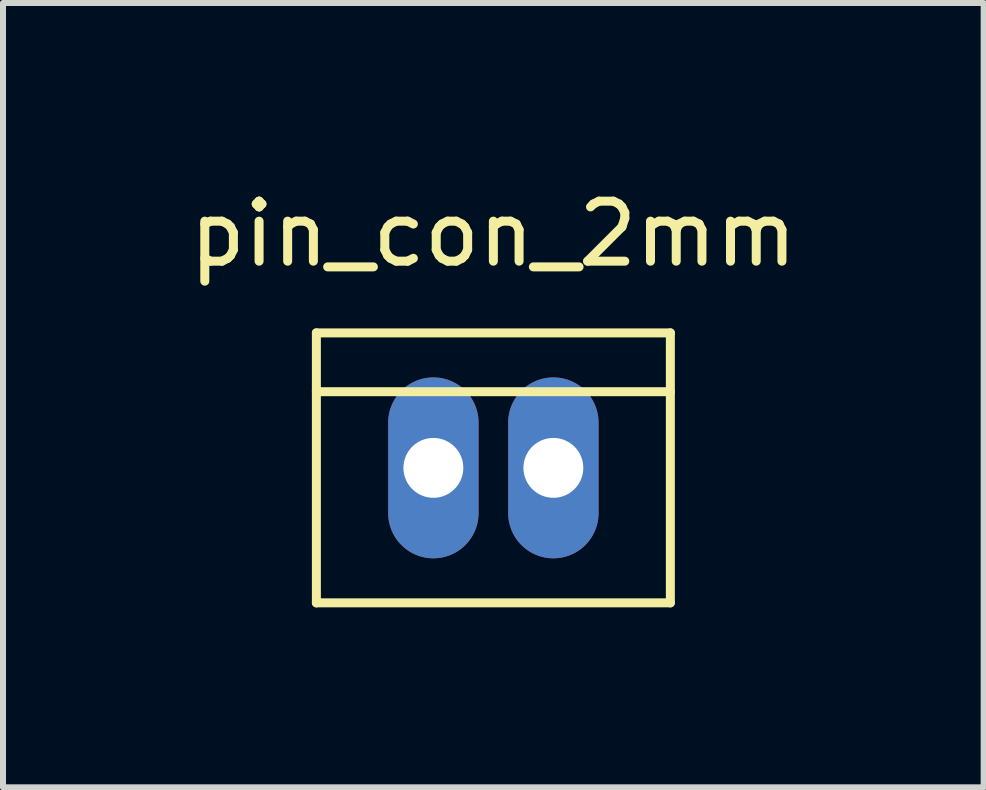
<source format=kicad_pcb>
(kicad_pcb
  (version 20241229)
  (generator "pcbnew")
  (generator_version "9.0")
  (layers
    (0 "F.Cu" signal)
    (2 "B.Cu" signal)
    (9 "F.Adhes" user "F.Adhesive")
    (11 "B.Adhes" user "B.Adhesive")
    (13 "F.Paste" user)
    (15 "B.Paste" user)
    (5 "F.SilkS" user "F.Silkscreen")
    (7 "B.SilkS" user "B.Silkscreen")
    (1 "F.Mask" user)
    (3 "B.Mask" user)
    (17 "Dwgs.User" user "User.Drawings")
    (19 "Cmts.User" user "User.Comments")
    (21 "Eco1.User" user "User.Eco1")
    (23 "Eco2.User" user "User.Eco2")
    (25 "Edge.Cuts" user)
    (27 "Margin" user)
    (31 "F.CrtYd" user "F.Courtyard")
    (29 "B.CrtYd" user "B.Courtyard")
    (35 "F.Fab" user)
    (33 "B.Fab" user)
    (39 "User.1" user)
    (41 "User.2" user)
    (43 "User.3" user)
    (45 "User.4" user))
  (footprint "pin_con_2mm"
    (layer "F.Cu")
    (at 5.173 4.748)
    (property "Reference" "pin_con_2mm" (at 0 -3.9 0) (layer "F.SilkS") (effects (font (size 1 1) (thickness 0.15))))
    (attr exclude_from_pos_files exclude_from_bom)
    (fp_line (start -2.95 -2.25) (end -2.95 2.25) (stroke (width 0.15) (type solid)) (layer "F.SilkS"))
    (fp_line (start -2.95 -2.25) (end 2.95 -2.25) (stroke (width 0.15) (type solid)) (layer "F.SilkS"))
    (fp_line (start 2.95 -2.25) (end 2.95 2.25) (stroke (width 0.15) (type solid)) (layer "F.SilkS"))
    (fp_line (start 2.95 -1.27) (end -2.95 -1.27) (stroke (width 0.15) (type solid)) (layer "F.SilkS"))
    (fp_line (start 2.95 2.25) (end -2.95 2.25) (stroke (width 0.15) (type solid)) (layer "F.SilkS"))
    (pad "1" thru_hole oval (at -1 0) (size 1.506 3.015) (drill 0.998) (layers "*.Cu" "*.Mask"))
    (pad "2" thru_hole oval (at 1 0) (size 1.506 3.015) (drill 0.998) (layers "*.Cu" "*.Mask")))
  (gr_rect
    (start -3 -3)
    (end 13.345 10.073)
    (stroke (width 0.1) (type default))
    (fill no)
    (layer "Edge.Cuts")))
</source>
